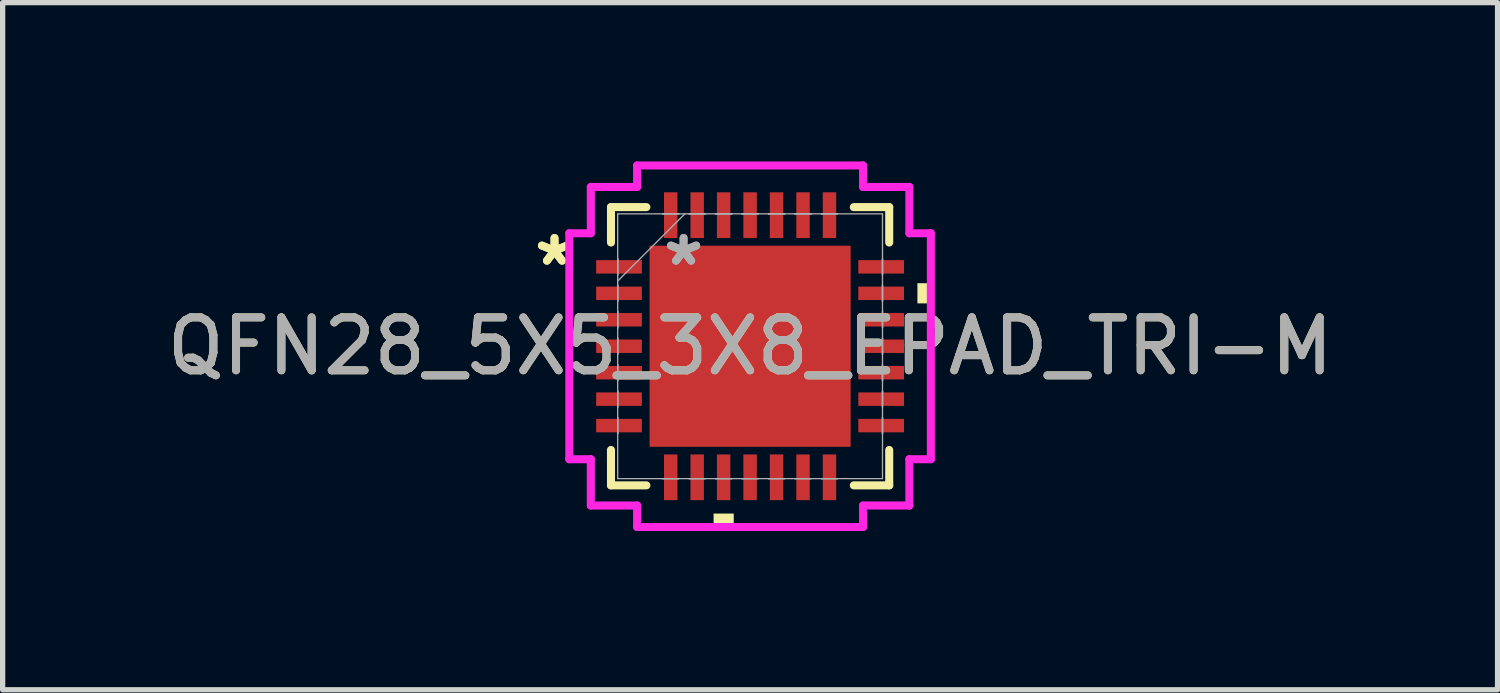
<source format=kicad_pcb>
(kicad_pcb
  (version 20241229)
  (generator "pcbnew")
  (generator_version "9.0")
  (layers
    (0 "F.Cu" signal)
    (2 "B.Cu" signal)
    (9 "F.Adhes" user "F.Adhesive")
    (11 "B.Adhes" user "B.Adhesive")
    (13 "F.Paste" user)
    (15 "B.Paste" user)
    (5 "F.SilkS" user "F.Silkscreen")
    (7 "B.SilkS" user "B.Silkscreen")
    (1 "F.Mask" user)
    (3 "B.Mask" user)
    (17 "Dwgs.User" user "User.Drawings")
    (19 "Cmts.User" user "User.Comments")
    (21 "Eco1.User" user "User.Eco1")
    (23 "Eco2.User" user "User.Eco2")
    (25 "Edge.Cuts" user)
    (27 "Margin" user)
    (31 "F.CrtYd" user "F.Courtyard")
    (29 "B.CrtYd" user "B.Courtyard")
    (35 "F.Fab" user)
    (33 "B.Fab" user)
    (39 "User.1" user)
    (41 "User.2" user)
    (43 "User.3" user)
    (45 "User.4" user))
  (footprint "QFN28_5X5_3X8_EPAD_TRI-M"
    (layer "F.Cu")
    (at 11.125 3.493)
    (property "Reference" "QFN28_5X5_3X8_EPAD_TRI-M" (at 0 0 0) (unlocked yes) (layer "F.SilkS") (effects (font (size 1 1) (thickness 0.15))))
    (attr smd)
    (fp_line (start -2.629 -2.629) (end -2.629 -1.96) (stroke (width 0.152) (type solid)) (layer "F.SilkS"))
    (fp_line (start -2.629 1.96) (end -2.629 2.629) (stroke (width 0.152) (type solid)) (layer "F.SilkS"))
    (fp_line (start -2.629 2.629) (end -1.96 2.629) (stroke (width 0.152) (type solid)) (layer "F.SilkS"))
    (fp_line (start -1.96 -2.629) (end -2.629 -2.629) (stroke (width 0.152) (type solid)) (layer "F.SilkS"))
    (fp_line (start 1.96 2.629) (end 2.629 2.629) (stroke (width 0.152) (type solid)) (layer "F.SilkS"))
    (fp_line (start 2.629 -2.629) (end 1.96 -2.629) (stroke (width 0.152) (type solid)) (layer "F.SilkS"))
    (fp_line (start 2.629 -1.96) (end 2.629 -2.629) (stroke (width 0.152) (type solid)) (layer "F.SilkS"))
    (fp_line (start 2.629 2.629) (end 2.629 1.96) (stroke (width 0.152) (type solid)) (layer "F.SilkS"))
    (fp_poly (pts (xy -0.69 3.162) (xy -0.69 3.416) (xy -0.309 3.416) (xy -0.309 3.162)) (stroke (width 0) (type solid)) (fill yes) (layer "F.SilkS"))
    (fp_poly (pts (xy 3.416 -1.191) (xy 3.416 -0.81) (xy 3.162 -0.81) (xy 3.162 -1.191)) (stroke (width 0) (type solid)) (fill yes) (layer "F.SilkS"))
    (fp_line (start -3.416 -2.135) (end -3.01 -2.135) (stroke (width 0.152) (type solid)) (layer "F.CrtYd"))
    (fp_line (start -3.416 2.135) (end -3.416 -2.135) (stroke (width 0.152) (type solid)) (layer "F.CrtYd"))
    (fp_line (start -3.01 -3.01) (end -2.135 -3.01) (stroke (width 0.152) (type solid)) (layer "F.CrtYd"))
    (fp_line (start -3.01 -2.135) (end -3.01 -3.01) (stroke (width 0.152) (type solid)) (layer "F.CrtYd"))
    (fp_line (start -3.01 2.135) (end -3.416 2.135) (stroke (width 0.152) (type solid)) (layer "F.CrtYd"))
    (fp_line (start -3.01 3.01) (end -3.01 2.135) (stroke (width 0.152) (type solid)) (layer "F.CrtYd"))
    (fp_line (start -2.135 -3.416) (end 2.135 -3.416) (stroke (width 0.152) (type solid)) (layer "F.CrtYd"))
    (fp_line (start -2.135 -3.01) (end -2.135 -3.416) (stroke (width 0.152) (type solid)) (layer "F.CrtYd"))
    (fp_line (start -2.135 3.01) (end -3.01 3.01) (stroke (width 0.152) (type solid)) (layer "F.CrtYd"))
    (fp_line (start -2.135 3.416) (end -2.135 3.01) (stroke (width 0.152) (type solid)) (layer "F.CrtYd"))
    (fp_line (start 2.135 -3.416) (end 2.135 -3.01) (stroke (width 0.152) (type solid)) (layer "F.CrtYd"))
    (fp_line (start 2.135 -3.01) (end 3.01 -3.01) (stroke (width 0.152) (type solid)) (layer "F.CrtYd"))
    (fp_line (start 2.135 3.01) (end 2.135 3.416) (stroke (width 0.152) (type solid)) (layer "F.CrtYd"))
    (fp_line (start 2.135 3.416) (end -2.135 3.416) (stroke (width 0.152) (type solid)) (layer "F.CrtYd"))
    (fp_line (start 3.01 -3.01) (end 3.01 -2.135) (stroke (width 0.152) (type solid)) (layer "F.CrtYd"))
    (fp_line (start 3.01 -2.135) (end 3.416 -2.135) (stroke (width 0.152) (type solid)) (layer "F.CrtYd"))
    (fp_line (start 3.01 2.135) (end 3.01 3.01) (stroke (width 0.152) (type solid)) (layer "F.CrtYd"))
    (fp_line (start 3.01 3.01) (end 2.135 3.01) (stroke (width 0.152) (type solid)) (layer "F.CrtYd"))
    (fp_line (start 3.416 -2.135) (end 3.416 2.135) (stroke (width 0.152) (type solid)) (layer "F.CrtYd"))
    (fp_line (start 3.416 2.135) (end 3.01 2.135) (stroke (width 0.152) (type solid)) (layer "F.CrtYd"))
    (fp_line (start -2.502 -2.502) (end -2.502 2.502) (stroke (width 0.025) (type solid)) (layer "F.Fab"))
    (fp_line (start -2.502 -1.652) (end -2.502 -1.652) (stroke (width 0.025) (type solid)) (layer "F.Fab"))
    (fp_line (start -2.502 -1.652) (end -2.502 -1.348) (stroke (width 0.025) (type solid)) (layer "F.Fab"))
    (fp_line (start -2.502 -1.348) (end -2.502 -1.652) (stroke (width 0.025) (type solid)) (layer "F.Fab"))
    (fp_line (start -2.502 -1.348) (end -2.502 -1.348) (stroke (width 0.025) (type solid)) (layer "F.Fab"))
    (fp_line (start -2.502 -1.232) (end -1.232 -2.502) (stroke (width 0.025) (type solid)) (layer "F.Fab"))
    (fp_line (start -2.502 -1.152) (end -2.502 -1.152) (stroke (width 0.025) (type solid)) (layer "F.Fab"))
    (fp_line (start -2.502 -1.152) (end -2.502 -0.848) (stroke (width 0.025) (type solid)) (layer "F.Fab"))
    (fp_line (start -2.502 -0.848) (end -2.502 -1.152) (stroke (width 0.025) (type solid)) (layer "F.Fab"))
    (fp_line (start -2.502 -0.848) (end -2.502 -0.848) (stroke (width 0.025) (type solid)) (layer "F.Fab"))
    (fp_line (start -2.502 -0.652) (end -2.502 -0.652) (stroke (width 0.025) (type solid)) (layer "F.Fab"))
    (fp_line (start -2.502 -0.652) (end -2.502 -0.348) (stroke (width 0.025) (type solid)) (layer "F.Fab"))
    (fp_line (start -2.502 -0.348) (end -2.502 -0.652) (stroke (width 0.025) (type solid)) (layer "F.Fab"))
    (fp_line (start -2.502 -0.348) (end -2.502 -0.348) (stroke (width 0.025) (type solid)) (layer "F.Fab"))
    (fp_line (start -2.502 -0.152) (end -2.502 -0.152) (stroke (width 0.025) (type solid)) (layer "F.Fab"))
    (fp_line (start -2.502 -0.152) (end -2.502 0.152) (stroke (width 0.025) (type solid)) (layer "F.Fab"))
    (fp_line (start -2.502 0.152) (end -2.502 -0.152) (stroke (width 0.025) (type solid)) (layer "F.Fab"))
    (fp_line (start -2.502 0.152) (end -2.502 0.152) (stroke (width 0.025) (type solid)) (layer "F.Fab"))
    (fp_line (start -2.502 0.348) (end -2.502 0.348) (stroke (width 0.025) (type solid)) (layer "F.Fab"))
    (fp_line (start -2.502 0.348) (end -2.502 0.652) (stroke (width 0.025) (type solid)) (layer "F.Fab"))
    (fp_line (start -2.502 0.652) (end -2.502 0.348) (stroke (width 0.025) (type solid)) (layer "F.Fab"))
    (fp_line (start -2.502 0.652) (end -2.502 0.652) (stroke (width 0.025) (type solid)) (layer "F.Fab"))
    (fp_line (start -2.502 0.848) (end -2.502 0.848) (stroke (width 0.025) (type solid)) (layer "F.Fab"))
    (fp_line (start -2.502 0.848) (end -2.502 1.152) (stroke (width 0.025) (type solid)) (layer "F.Fab"))
    (fp_line (start -2.502 1.152) (end -2.502 0.848) (stroke (width 0.025) (type solid)) (layer "F.Fab"))
    (fp_line (start -2.502 1.152) (end -2.502 1.152) (stroke (width 0.025) (type solid)) (layer "F.Fab"))
    (fp_line (start -2.502 1.348) (end -2.502 1.348) (stroke (width 0.025) (type solid)) (layer "F.Fab"))
    (fp_line (start -2.502 1.348) (end -2.502 1.652) (stroke (width 0.025) (type solid)) (layer "F.Fab"))
    (fp_line (start -2.502 1.652) (end -2.502 1.348) (stroke (width 0.025) (type solid)) (layer "F.Fab"))
    (fp_line (start -2.502 1.652) (end -2.502 1.652) (stroke (width 0.025) (type solid)) (layer "F.Fab"))
    (fp_line (start -2.502 2.502) (end 2.502 2.502) (stroke (width 0.025) (type solid)) (layer "F.Fab"))
    (fp_line (start -1.652 -2.502) (end -1.652 -2.502) (stroke (width 0.025) (type solid)) (layer "F.Fab"))
    (fp_line (start -1.652 -2.502) (end -1.348 -2.502) (stroke (width 0.025) (type solid)) (layer "F.Fab"))
    (fp_line (start -1.652 2.502) (end -1.652 2.502) (stroke (width 0.025) (type solid)) (layer "F.Fab"))
    (fp_line (start -1.652 2.502) (end -1.348 2.502) (stroke (width 0.025) (type solid)) (layer "F.Fab"))
    (fp_line (start -1.348 -2.502) (end -1.652 -2.502) (stroke (width 0.025) (type solid)) (layer "F.Fab"))
    (fp_line (start -1.348 -2.502) (end -1.348 -2.502) (stroke (width 0.025) (type solid)) (layer "F.Fab"))
    (fp_line (start -1.348 2.502) (end -1.652 2.502) (stroke (width 0.025) (type solid)) (layer "F.Fab"))
    (fp_line (start -1.348 2.502) (end -1.348 2.502) (stroke (width 0.025) (type solid)) (layer "F.Fab"))
    (fp_line (start -1.152 -2.502) (end -1.152 -2.502) (stroke (width 0.025) (type solid)) (layer "F.Fab"))
    (fp_line (start -1.152 -2.502) (end -0.848 -2.502) (stroke (width 0.025) (type solid)) (layer "F.Fab"))
    (fp_line (start -1.152 2.502) (end -1.152 2.502) (stroke (width 0.025) (type solid)) (layer "F.Fab"))
    (fp_line (start -1.152 2.502) (end -0.848 2.502) (stroke (width 0.025) (type solid)) (layer "F.Fab"))
    (fp_line (start -0.848 -2.502) (end -1.152 -2.502) (stroke (width 0.025) (type solid)) (layer "F.Fab"))
    (fp_line (start -0.848 -2.502) (end -0.848 -2.502) (stroke (width 0.025) (type solid)) (layer "F.Fab"))
    (fp_line (start -0.848 2.502) (end -1.152 2.502) (stroke (width 0.025) (type solid)) (layer "F.Fab"))
    (fp_line (start -0.848 2.502) (end -0.848 2.502) (stroke (width 0.025) (type solid)) (layer "F.Fab"))
    (fp_line (start -0.652 -2.502) (end -0.652 -2.502) (stroke (width 0.025) (type solid)) (layer "F.Fab"))
    (fp_line (start -0.652 -2.502) (end -0.348 -2.502) (stroke (width 0.025) (type solid)) (layer "F.Fab"))
    (fp_line (start -0.652 2.502) (end -0.652 2.502) (stroke (width 0.025) (type solid)) (layer "F.Fab"))
    (fp_line (start -0.652 2.502) (end -0.348 2.502) (stroke (width 0.025) (type solid)) (layer "F.Fab"))
    (fp_line (start -0.348 -2.502) (end -0.652 -2.502) (stroke (width 0.025) (type solid)) (layer "F.Fab"))
    (fp_line (start -0.348 -2.502) (end -0.348 -2.502) (stroke (width 0.025) (type solid)) (layer "F.Fab"))
    (fp_line (start -0.348 2.502) (end -0.652 2.502) (stroke (width 0.025) (type solid)) (layer "F.Fab"))
    (fp_line (start -0.348 2.502) (end -0.348 2.502) (stroke (width 0.025) (type solid)) (layer "F.Fab"))
    (fp_line (start -0.152 -2.502) (end -0.152 -2.502) (stroke (width 0.025) (type solid)) (layer "F.Fab"))
    (fp_line (start -0.152 -2.502) (end 0.152 -2.502) (stroke (width 0.025) (type solid)) (layer "F.Fab"))
    (fp_line (start -0.152 2.502) (end -0.152 2.502) (stroke (width 0.025) (type solid)) (layer "F.Fab"))
    (fp_line (start -0.152 2.502) (end 0.152 2.502) (stroke (width 0.025) (type solid)) (layer "F.Fab"))
    (fp_line (start 0.152 -2.502) (end -0.152 -2.502) (stroke (width 0.025) (type solid)) (layer "F.Fab"))
    (fp_line (start 0.152 -2.502) (end 0.152 -2.502) (stroke (width 0.025) (type solid)) (layer "F.Fab"))
    (fp_line (start 0.152 2.502) (end -0.152 2.502) (stroke (width 0.025) (type solid)) (layer "F.Fab"))
    (fp_line (start 0.152 2.502) (end 0.152 2.502) (stroke (width 0.025) (type solid)) (layer "F.Fab"))
    (fp_line (start 0.348 -2.502) (end 0.348 -2.502) (stroke (width 0.025) (type solid)) (layer "F.Fab"))
    (fp_line (start 0.348 -2.502) (end 0.652 -2.502) (stroke (width 0.025) (type solid)) (layer "F.Fab"))
    (fp_line (start 0.348 2.502) (end 0.348 2.502) (stroke (width 0.025) (type solid)) (layer "F.Fab"))
    (fp_line (start 0.348 2.502) (end 0.652 2.502) (stroke (width 0.025) (type solid)) (layer "F.Fab"))
    (fp_line (start 0.652 -2.502) (end 0.348 -2.502) (stroke (width 0.025) (type solid)) (layer "F.Fab"))
    (fp_line (start 0.652 -2.502) (end 0.652 -2.502) (stroke (width 0.025) (type solid)) (layer "F.Fab"))
    (fp_line (start 0.652 2.502) (end 0.348 2.502) (stroke (width 0.025) (type solid)) (layer "F.Fab"))
    (fp_line (start 0.652 2.502) (end 0.652 2.502) (stroke (width 0.025) (type solid)) (layer "F.Fab"))
    (fp_line (start 0.848 -2.502) (end 0.848 -2.502) (stroke (width 0.025) (type solid)) (layer "F.Fab"))
    (fp_line (start 0.848 -2.502) (end 1.152 -2.502) (stroke (width 0.025) (type solid)) (layer "F.Fab"))
    (fp_line (start 0.848 2.502) (end 0.848 2.502) (stroke (width 0.025) (type solid)) (layer "F.Fab"))
    (fp_line (start 0.848 2.502) (end 1.152 2.502) (stroke (width 0.025) (type solid)) (layer "F.Fab"))
    (fp_line (start 1.152 -2.502) (end 0.848 -2.502) (stroke (width 0.025) (type solid)) (layer "F.Fab"))
    (fp_line (start 1.152 -2.502) (end 1.152 -2.502) (stroke (width 0.025) (type solid)) (layer "F.Fab"))
    (fp_line (start 1.152 2.502) (end 0.848 2.502) (stroke (width 0.025) (type solid)) (layer "F.Fab"))
    (fp_line (start 1.152 2.502) (end 1.152 2.502) (stroke (width 0.025) (type solid)) (layer "F.Fab"))
    (fp_line (start 1.348 -2.502) (end 1.348 -2.502) (stroke (width 0.025) (type solid)) (layer "F.Fab"))
    (fp_line (start 1.348 -2.502) (end 1.652 -2.502) (stroke (width 0.025) (type solid)) (layer "F.Fab"))
    (fp_line (start 1.348 2.502) (end 1.348 2.502) (stroke (width 0.025) (type solid)) (layer "F.Fab"))
    (fp_line (start 1.348 2.502) (end 1.652 2.502) (stroke (width 0.025) (type solid)) (layer "F.Fab"))
    (fp_line (start 1.652 -2.502) (end 1.348 -2.502) (stroke (width 0.025) (type solid)) (layer "F.Fab"))
    (fp_line (start 1.652 -2.502) (end 1.652 -2.502) (stroke (width 0.025) (type solid)) (layer "F.Fab"))
    (fp_line (start 1.652 2.502) (end 1.348 2.502) (stroke (width 0.025) (type solid)) (layer "F.Fab"))
    (fp_line (start 1.652 2.502) (end 1.652 2.502) (stroke (width 0.025) (type solid)) (layer "F.Fab"))
    (fp_line (start 2.502 -2.502) (end -2.502 -2.502) (stroke (width 0.025) (type solid)) (layer "F.Fab"))
    (fp_line (start 2.502 -1.652) (end 2.502 -1.652) (stroke (width 0.025) (type solid)) (layer "F.Fab"))
    (fp_line (start 2.502 -1.652) (end 2.502 -1.348) (stroke (width 0.025) (type solid)) (layer "F.Fab"))
    (fp_line (start 2.502 -1.348) (end 2.502 -1.652) (stroke (width 0.025) (type solid)) (layer "F.Fab"))
    (fp_line (start 2.502 -1.348) (end 2.502 -1.348) (stroke (width 0.025) (type solid)) (layer "F.Fab"))
    (fp_line (start 2.502 -1.152) (end 2.502 -1.152) (stroke (width 0.025) (type solid)) (layer "F.Fab"))
    (fp_line (start 2.502 -1.152) (end 2.502 -0.848) (stroke (width 0.025) (type solid)) (layer "F.Fab"))
    (fp_line (start 2.502 -0.848) (end 2.502 -1.152) (stroke (width 0.025) (type solid)) (layer "F.Fab"))
    (fp_line (start 2.502 -0.848) (end 2.502 -0.848) (stroke (width 0.025) (type solid)) (layer "F.Fab"))
    (fp_line (start 2.502 -0.652) (end 2.502 -0.652) (stroke (width 0.025) (type solid)) (layer "F.Fab"))
    (fp_line (start 2.502 -0.652) (end 2.502 -0.348) (stroke (width 0.025) (type solid)) (layer "F.Fab"))
    (fp_line (start 2.502 -0.348) (end 2.502 -0.652) (stroke (width 0.025) (type solid)) (layer "F.Fab"))
    (fp_line (start 2.502 -0.348) (end 2.502 -0.348) (stroke (width 0.025) (type solid)) (layer "F.Fab"))
    (fp_line (start 2.502 -0.152) (end 2.502 -0.152) (stroke (width 0.025) (type solid)) (layer "F.Fab"))
    (fp_line (start 2.502 -0.152) (end 2.502 0.152) (stroke (width 0.025) (type solid)) (layer "F.Fab"))
    (fp_line (start 2.502 0.152) (end 2.502 -0.152) (stroke (width 0.025) (type solid)) (layer "F.Fab"))
    (fp_line (start 2.502 0.152) (end 2.502 0.152) (stroke (width 0.025) (type solid)) (layer "F.Fab"))
    (fp_line (start 2.502 0.348) (end 2.502 0.348) (stroke (width 0.025) (type solid)) (layer "F.Fab"))
    (fp_line (start 2.502 0.348) (end 2.502 0.652) (stroke (width 0.025) (type solid)) (layer "F.Fab"))
    (fp_line (start 2.502 0.652) (end 2.502 0.348) (stroke (width 0.025) (type solid)) (layer "F.Fab"))
    (fp_line (start 2.502 0.652) (end 2.502 0.652) (stroke (width 0.025) (type solid)) (layer "F.Fab"))
    (fp_line (start 2.502 0.848) (end 2.502 0.848) (stroke (width 0.025) (type solid)) (layer "F.Fab"))
    (fp_line (start 2.502 0.848) (end 2.502 1.152) (stroke (width 0.025) (type solid)) (layer "F.Fab"))
    (fp_line (start 2.502 1.152) (end 2.502 0.848) (stroke (width 0.025) (type solid)) (layer "F.Fab"))
    (fp_line (start 2.502 1.152) (end 2.502 1.152) (stroke (width 0.025) (type solid)) (layer "F.Fab"))
    (fp_line (start 2.502 1.348) (end 2.502 1.348) (stroke (width 0.025) (type solid)) (layer "F.Fab"))
    (fp_line (start 2.502 1.348) (end 2.502 1.652) (stroke (width 0.025) (type solid)) (layer "F.Fab"))
    (fp_line (start 2.502 1.652) (end 2.502 1.348) (stroke (width 0.025) (type solid)) (layer "F.Fab"))
    (fp_line (start 2.502 1.652) (end 2.502 1.652) (stroke (width 0.025) (type solid)) (layer "F.Fab"))
    (fp_line (start 2.502 2.502) (end 2.502 -2.502) (stroke (width 0.025) (type solid)) (layer "F.Fab"))
    (fp_text user "*" (at -3.696 -1.5 0) (layer "F.SilkS") (effects (font (size 1 1) (thickness 0.15))))
    (fp_text user "*" (at -3.696 -1.5 0) (unlocked yes) (layer "F.SilkS") (effects (font (size 1 1) (thickness 0.15))))
    (fp_text user "*" (at -1.257 -1.5 0) (unlocked yes) (layer "F.Fab") (effects (font (size 1 1) (thickness 0.15))))
    (fp_text user "*" (at -1.257 -1.5 0) (layer "F.Fab") (effects (font (size 1 1) (thickness 0.15))))
    (fp_text user "${REFERENCE}" (at 0 0 0) (unlocked yes) (layer "F.Fab") (effects (font (size 1 1) (thickness 0.15))))
    (pad "1" smd rect (at -2.477 -1.5 90) (size 0.254 0.864) (layers "F.Cu" "F.Mask" "F.Paste"))
    (pad "2" smd rect (at -2.477 -1 90) (size 0.254 0.864) (layers "F.Cu" "F.Mask" "F.Paste"))
    (pad "3" smd rect (at -2.477 -0.5 90) (size 0.254 0.864) (layers "F.Cu" "F.Mask" "F.Paste"))
    (pad "4" smd rect (at -2.477 0 90) (size 0.254 0.864) (layers "F.Cu" "F.Mask" "F.Paste"))
    (pad "5" smd rect (at -2.477 0.5 90) (size 0.254 0.864) (layers "F.Cu" "F.Mask" "F.Paste"))
    (pad "6" smd rect (at -2.477 1 90) (size 0.254 0.864) (layers "F.Cu" "F.Mask" "F.Paste"))
    (pad "7" smd rect (at -2.477 1.5 90) (size 0.254 0.864) (layers "F.Cu" "F.Mask" "F.Paste"))
    (pad "8" smd rect (at -1.5 2.477) (size 0.254 0.864) (layers "F.Cu" "F.Mask" "F.Paste"))
    (pad "9" smd rect (at -1 2.477) (size 0.254 0.864) (layers "F.Cu" "F.Mask" "F.Paste"))
    (pad "10" smd rect (at -0.5 2.477) (size 0.254 0.864) (layers "F.Cu" "F.Mask" "F.Paste"))
    (pad "11" smd rect (at 0 2.477) (size 0.254 0.864) (layers "F.Cu" "F.Mask" "F.Paste"))
    (pad "12" smd rect (at 0.5 2.477) (size 0.254 0.864) (layers "F.Cu" "F.Mask" "F.Paste"))
    (pad "13" smd rect (at 1 2.477) (size 0.254 0.864) (layers "F.Cu" "F.Mask" "F.Paste"))
    (pad "14" smd rect (at 1.5 2.477) (size 0.254 0.864) (layers "F.Cu" "F.Mask" "F.Paste"))
    (pad "15" smd rect (at 2.477 1.5 90) (size 0.254 0.864) (layers "F.Cu" "F.Mask" "F.Paste"))
    (pad "16" smd rect (at 2.477 1 90) (size 0.254 0.864) (layers "F.Cu" "F.Mask" "F.Paste"))
    (pad "17" smd rect (at 2.477 0.5 90) (size 0.254 0.864) (layers "F.Cu" "F.Mask" "F.Paste"))
    (pad "18" smd rect (at 2.477 0 90) (size 0.254 0.864) (layers "F.Cu" "F.Mask" "F.Paste"))
    (pad "19" smd rect (at 2.477 -0.5 90) (size 0.254 0.864) (layers "F.Cu" "F.Mask" "F.Paste"))
    (pad "20" smd rect (at 2.477 -1 90) (size 0.254 0.864) (layers "F.Cu" "F.Mask" "F.Paste"))
    (pad "21" smd rect (at 2.477 -1.5 90) (size 0.254 0.864) (layers "F.Cu" "F.Mask" "F.Paste"))
    (pad "22" smd rect (at 1.5 -2.477) (size 0.254 0.864) (layers "F.Cu" "F.Mask" "F.Paste"))
    (pad "23" smd rect (at 1 -2.477) (size 0.254 0.864) (layers "F.Cu" "F.Mask" "F.Paste"))
    (pad "24" smd rect (at 0.5 -2.477) (size 0.254 0.864) (layers "F.Cu" "F.Mask" "F.Paste"))
    (pad "25" smd rect (at 0 -2.477) (size 0.254 0.864) (layers "F.Cu" "F.Mask" "F.Paste"))
    (pad "26" smd rect (at -0.5 -2.477) (size 0.254 0.864) (layers "F.Cu" "F.Mask" "F.Paste"))
    (pad "27" smd rect (at -1 -2.477) (size 0.254 0.864) (layers "F.Cu" "F.Mask" "F.Paste"))
    (pad "28" smd rect (at -1.5 -2.477) (size 0.254 0.864) (layers "F.Cu" "F.Mask" "F.Paste"))
    (pad "29" smd rect (at 0 0) (size 3.8 3.8) (layers "F.Cu" "F.Mask" "F.Paste")))
  (gr_rect
    (start -3 -3)
    (end 25.25 9.985)
    (stroke (width 0.1) (type default))
    (fill no)
    (layer "Edge.Cuts")))
</source>
